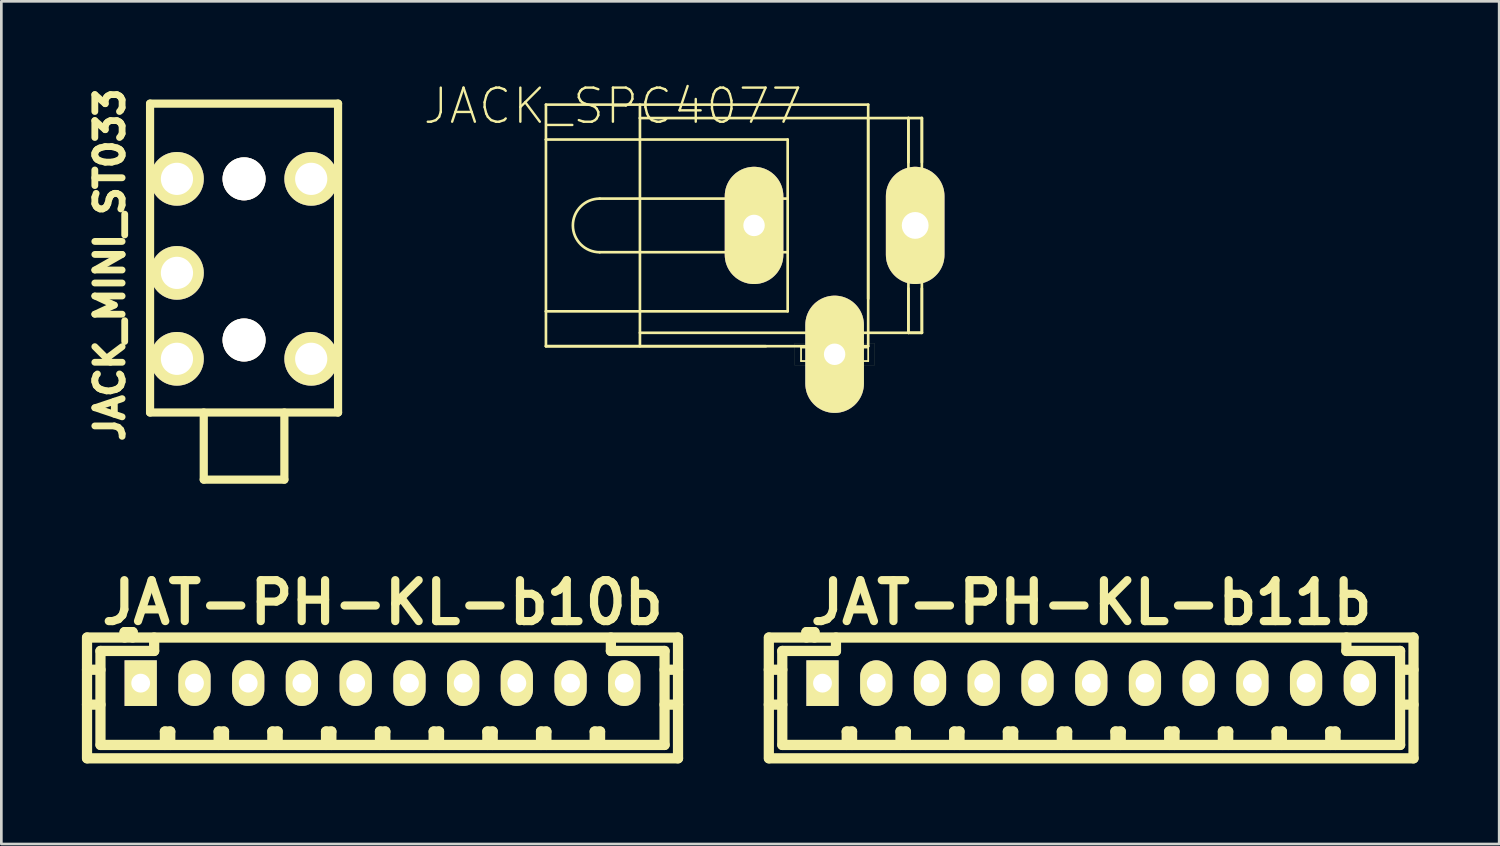
<source format=kicad_pcb>
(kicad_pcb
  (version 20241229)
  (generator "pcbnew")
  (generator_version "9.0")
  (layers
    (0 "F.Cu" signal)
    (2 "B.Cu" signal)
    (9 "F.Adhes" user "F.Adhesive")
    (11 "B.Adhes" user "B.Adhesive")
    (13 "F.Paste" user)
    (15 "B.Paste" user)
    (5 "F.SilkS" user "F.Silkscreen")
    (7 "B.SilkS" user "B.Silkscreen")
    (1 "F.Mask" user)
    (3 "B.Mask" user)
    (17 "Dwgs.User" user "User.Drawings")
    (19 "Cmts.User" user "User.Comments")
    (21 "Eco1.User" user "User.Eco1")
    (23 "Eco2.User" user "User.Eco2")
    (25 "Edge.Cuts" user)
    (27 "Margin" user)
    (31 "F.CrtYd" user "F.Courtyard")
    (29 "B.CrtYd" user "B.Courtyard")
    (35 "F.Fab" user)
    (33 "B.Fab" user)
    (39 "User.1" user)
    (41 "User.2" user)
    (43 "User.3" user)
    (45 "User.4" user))
  (footprint "JACK_SPC4077"
    (layer "F.Cu")
    (at 26.758 6.614)
    (property "Reference" "JACK_SPC4077" (at -6.985 -5.715 0) (layer "F.SilkS") (effects (font (size 1.27 1.27) (thickness 0.089))))
    (attr exclude_from_pos_files exclude_from_bom)
    (fp_line (start -9.479 -5.768) (end 2.52 -5.768) (stroke (width 0.099) (type solid)) (layer "F.SilkS"))
    (fp_line (start -9.479 -4.468) (end -9.479 -5.768) (stroke (width 0.099) (type solid)) (layer "F.SilkS"))
    (fp_line (start -9.479 -4.468) (end -0.478 -4.468) (stroke (width 0.099) (type solid)) (layer "F.SilkS"))
    (fp_line (start -9.479 1.928) (end -9.479 -4.468) (stroke (width 0.099) (type solid)) (layer "F.SilkS"))
    (fp_line (start -9.479 1.928) (end -0.478 1.928) (stroke (width 0.099) (type solid)) (layer "F.SilkS"))
    (fp_line (start -9.479 3.228) (end -9.479 1.928) (stroke (width 0.099) (type solid)) (layer "F.SilkS"))
    (fp_line (start -9.479 3.228) (end -1.288 3.228) (stroke (width 0.099) (type solid)) (layer "F.SilkS"))
    (fp_line (start -9.479 3.228) (end 2.52 3.228) (stroke (width 0.099) (type solid)) (layer "F.SilkS"))
    (fp_line (start -7.478 -2.268) (end -0.478 -2.268) (stroke (width 0.099) (type solid)) (layer "F.SilkS"))
    (fp_line (start -7.478 -0.272) (end -0.478 -0.272) (stroke (width 0.099) (type solid)) (layer "F.SilkS"))
    (fp_line (start -5.979 -5.268) (end -5.979 -5.768) (stroke (width 0.099) (type solid)) (layer "F.SilkS"))
    (fp_line (start -5.979 -5.268) (end 2.52 -5.268) (stroke (width 0.099) (type solid)) (layer "F.SilkS"))
    (fp_line (start -5.979 2.728) (end 2.52 2.728) (stroke (width 0.099) (type solid)) (layer "F.SilkS"))
    (fp_line (start -5.979 3.228) (end -5.979 -5.268) (stroke (width 0.099) (type solid)) (layer "F.SilkS"))
    (fp_line (start -2.129 -2.769) (end -1.328 -2.769) (stroke (width 0.003) (type solid)) (layer "F.SilkS"))
    (fp_line (start -2.129 0.229) (end -2.129 -2.769) (stroke (width 0.003) (type solid)) (layer "F.SilkS"))
    (fp_line (start -1.829 -2.52) (end -1.628 -2.52) (stroke (width 0.066) (type solid)) (layer "F.SilkS"))
    (fp_line (start -1.829 -0.02) (end -1.829 -2.52) (stroke (width 0.066) (type solid)) (layer "F.SilkS"))
    (fp_line (start -1.829 -0.02) (end -1.628 -0.02) (stroke (width 0.066) (type solid)) (layer "F.SilkS"))
    (fp_line (start -1.628 -0.02) (end -1.628 -2.52) (stroke (width 0.066) (type solid)) (layer "F.SilkS"))
    (fp_line (start -1.328 -2.769) (end -1.328 0.229) (stroke (width 0.003) (type solid)) (layer "F.SilkS"))
    (fp_line (start -1.328 0.229) (end -2.129 0.229) (stroke (width 0.003) (type solid)) (layer "F.SilkS"))
    (fp_line (start -0.478 -2.268) (end -0.478 -4.468) (stroke (width 0.099) (type solid)) (layer "F.SilkS"))
    (fp_line (start -0.478 -0.272) (end -0.478 -2.268) (stroke (width 0.099) (type solid)) (layer "F.SilkS"))
    (fp_line (start -0.478 1.928) (end -0.478 -0.272) (stroke (width 0.099) (type solid)) (layer "F.SilkS"))
    (fp_line (start -0.229 3.129) (end 2.769 3.129) (stroke (width 0.003) (type solid)) (layer "F.SilkS"))
    (fp_line (start -0.229 3.929) (end -0.229 3.129) (stroke (width 0.003) (type solid)) (layer "F.SilkS"))
    (fp_line (start 0.02 3.279) (end 2.52 3.279) (stroke (width 0.066) (type solid)) (layer "F.SilkS"))
    (fp_line (start 0.02 3.78) (end 0.02 3.279) (stroke (width 0.066) (type solid)) (layer "F.SilkS"))
    (fp_line (start 0.02 3.78) (end 2.52 3.78) (stroke (width 0.066) (type solid)) (layer "F.SilkS"))
    (fp_line (start 2.52 -5.268) (end 2.52 -5.768) (stroke (width 0.099) (type solid)) (layer "F.SilkS"))
    (fp_line (start 2.52 -5.268) (end 4.018 -5.268) (stroke (width 0.099) (type solid)) (layer "F.SilkS"))
    (fp_line (start 2.52 1.458) (end 2.52 -5.268) (stroke (width 0.099) (type solid)) (layer "F.SilkS"))
    (fp_line (start 2.52 2.728) (end 2.52 -5.268) (stroke (width 0.099) (type solid)) (layer "F.SilkS"))
    (fp_line (start 2.52 2.728) (end 4.018 2.728) (stroke (width 0.099) (type solid)) (layer "F.SilkS"))
    (fp_line (start 2.52 3.228) (end 2.52 2.728) (stroke (width 0.099) (type solid)) (layer "F.SilkS"))
    (fp_line (start 2.52 3.78) (end 2.52 3.279) (stroke (width 0.066) (type solid)) (layer "F.SilkS"))
    (fp_line (start 2.769 3.129) (end 2.769 3.929) (stroke (width 0.003) (type solid)) (layer "F.SilkS"))
    (fp_line (start 2.769 3.929) (end -0.229 3.929) (stroke (width 0.003) (type solid)) (layer "F.SilkS"))
    (fp_line (start 3.769 -3.018) (end 4.768 -3.018) (stroke (width 0.003) (type solid)) (layer "F.SilkS"))
    (fp_line (start 3.769 0.478) (end 3.769 -3.018) (stroke (width 0.003) (type solid)) (layer "F.SilkS"))
    (fp_line (start 4.018 -5.268) (end 4.519 -5.268) (stroke (width 0.099) (type solid)) (layer "F.SilkS"))
    (fp_line (start 4.018 -3.619) (end 4.018 -5.268) (stroke (width 0.099) (type solid)) (layer "F.SilkS"))
    (fp_line (start 4.018 -2.769) (end 4.519 -2.769) (stroke (width 0.066) (type solid)) (layer "F.SilkS"))
    (fp_line (start 4.018 0.229) (end 4.018 -2.769) (stroke (width 0.066) (type solid)) (layer "F.SilkS"))
    (fp_line (start 4.018 0.229) (end 4.519 0.229) (stroke (width 0.066) (type solid)) (layer "F.SilkS"))
    (fp_line (start 4.018 2.728) (end 4.018 -5.268) (stroke (width 0.099) (type solid)) (layer "F.SilkS"))
    (fp_line (start 4.018 2.728) (end 4.018 1.079) (stroke (width 0.099) (type solid)) (layer "F.SilkS"))
    (fp_line (start 4.018 2.728) (end 4.519 2.728) (stroke (width 0.099) (type solid)) (layer "F.SilkS"))
    (fp_line (start 4.018 2.728) (end 4.519 2.728) (stroke (width 0.099) (type solid)) (layer "F.SilkS"))
    (fp_line (start 4.519 -3.619) (end 4.519 -5.268) (stroke (width 0.099) (type solid)) (layer "F.SilkS"))
    (fp_line (start 4.519 0.229) (end 4.519 -2.769) (stroke (width 0.066) (type solid)) (layer "F.SilkS"))
    (fp_line (start 4.519 2.728) (end 4.519 -5.268) (stroke (width 0.099) (type solid)) (layer "F.SilkS"))
    (fp_line (start 4.519 2.728) (end 4.519 1.079) (stroke (width 0.099) (type solid)) (layer "F.SilkS"))
    (fp_line (start 4.768 -3.018) (end 4.768 0.478) (stroke (width 0.003) (type solid)) (layer "F.SilkS"))
    (fp_line (start 4.768 0.478) (end 3.769 0.478) (stroke (width 0.003) (type solid)) (layer "F.SilkS"))
    (fp_arc (start -7.47776 -0.27178) (mid -8.47598 -1.27) (end -7.47776 -2.26822) (stroke (width 0.09906) (type solid)) (layer "F.SilkS"))
    (pad "1" thru_hole oval (at -1.73 -1.27) (size 2.182 4.366) (drill 0.798) (layers "*.Cu" "F.Mask" "F.SilkS" "F.Paste"))
    (pad "2" thru_hole oval (at 1.27 3.528) (size 2.182 4.366) (drill 0.798) (layers "*.Cu" "F.Mask" "F.SilkS" "F.Paste"))
    (pad "3" thru_hole oval (at 4.27 -1.27) (size 2.182 4.366) (drill 0.998) (layers "*.Cu" "F.Mask" "F.SilkS" "F.Paste")))
  (footprint "JAT-PH-KL-b11b"
    (layer "F.Cu")
    (at 37.585 22.388)
    (property "Reference" "JAT-PH-KL-b11b" (at 0 -3 0) (layer "F.SilkS") (effects (font (size 1.524 1.524) (thickness 0.305))))
    (attr through_hole)
    (fp_line (start -12.007 -1.699) (end -12.007 2.799) (stroke (width 0.381) (type solid)) (layer "F.SilkS"))
    (fp_line (start -11.506 -1.199) (end -11.506 2.301) (stroke (width 0.381) (type solid)) (layer "F.SilkS"))
    (fp_line (start -11.506 -0.5) (end -12.007 -0.5) (stroke (width 0.381) (type solid)) (layer "F.SilkS"))
    (fp_line (start -11.506 0.8) (end -12.007 0.8) (stroke (width 0.381) (type solid)) (layer "F.SilkS"))
    (fp_line (start -11.501 2.301) (end 11.501 2.301) (stroke (width 0.381) (type solid)) (layer "F.SilkS"))
    (fp_line (start -10.607 -1.9) (end -10.607 -1.699) (stroke (width 0.381) (type solid)) (layer "F.SilkS"))
    (fp_line (start -10.307 -1.9) (end -10.607 -1.9) (stroke (width 0.381) (type solid)) (layer "F.SilkS"))
    (fp_line (start -10.307 -1.699) (end -10.307 -1.9) (stroke (width 0.381) (type solid)) (layer "F.SilkS"))
    (fp_line (start -9.507 -1.699) (end -9.507 -1.199) (stroke (width 0.381) (type solid)) (layer "F.SilkS"))
    (fp_line (start -9.507 -1.199) (end -11.506 -1.199) (stroke (width 0.381) (type solid)) (layer "F.SilkS"))
    (fp_line (start -9.106 1.801) (end -8.908 1.801) (stroke (width 0.381) (type solid)) (layer "F.SilkS"))
    (fp_line (start -9.106 2.301) (end -9.106 1.801) (stroke (width 0.381) (type solid)) (layer "F.SilkS"))
    (fp_line (start -8.908 1.801) (end -8.908 2.301) (stroke (width 0.381) (type solid)) (layer "F.SilkS"))
    (fp_line (start -7.104 1.801) (end -6.906 1.801) (stroke (width 0.381) (type solid)) (layer "F.SilkS"))
    (fp_line (start -7.104 2.301) (end -7.104 1.801) (stroke (width 0.381) (type solid)) (layer "F.SilkS"))
    (fp_line (start -6.906 1.801) (end -6.906 2.301) (stroke (width 0.381) (type solid)) (layer "F.SilkS"))
    (fp_line (start -5.105 1.801) (end -4.907 1.801) (stroke (width 0.381) (type solid)) (layer "F.SilkS"))
    (fp_line (start -5.105 2.301) (end -5.105 1.801) (stroke (width 0.381) (type solid)) (layer "F.SilkS"))
    (fp_line (start -4.907 1.801) (end -4.907 2.301) (stroke (width 0.381) (type solid)) (layer "F.SilkS"))
    (fp_line (start -3.106 1.801) (end -2.908 1.801) (stroke (width 0.381) (type solid)) (layer "F.SilkS"))
    (fp_line (start -3.106 2.301) (end -3.106 1.801) (stroke (width 0.381) (type solid)) (layer "F.SilkS"))
    (fp_line (start -2.908 1.801) (end -2.908 2.301) (stroke (width 0.381) (type solid)) (layer "F.SilkS"))
    (fp_line (start -1.097 1.801) (end -0.899 1.801) (stroke (width 0.381) (type solid)) (layer "F.SilkS"))
    (fp_line (start -1.097 2.301) (end -1.097 1.801) (stroke (width 0.381) (type solid)) (layer "F.SilkS"))
    (fp_line (start -0.899 1.801) (end -0.899 2.301) (stroke (width 0.381) (type solid)) (layer "F.SilkS"))
    (fp_line (start 0.899 1.801) (end 1.097 1.801) (stroke (width 0.381) (type solid)) (layer "F.SilkS"))
    (fp_line (start 0.899 2.301) (end 0.899 1.801) (stroke (width 0.381) (type solid)) (layer "F.SilkS"))
    (fp_line (start 1.097 1.801) (end 1.097 2.301) (stroke (width 0.381) (type solid)) (layer "F.SilkS"))
    (fp_line (start 2.901 1.801) (end 3.099 1.801) (stroke (width 0.381) (type solid)) (layer "F.SilkS"))
    (fp_line (start 2.901 2.301) (end 2.901 1.801) (stroke (width 0.381) (type solid)) (layer "F.SilkS"))
    (fp_line (start 3.099 1.801) (end 3.099 2.301) (stroke (width 0.381) (type solid)) (layer "F.SilkS"))
    (fp_line (start 4.9 1.801) (end 5.098 1.801) (stroke (width 0.381) (type solid)) (layer "F.SilkS"))
    (fp_line (start 4.9 2.301) (end 4.9 1.801) (stroke (width 0.381) (type solid)) (layer "F.SilkS"))
    (fp_line (start 5.098 1.801) (end 5.098 2.301) (stroke (width 0.381) (type solid)) (layer "F.SilkS"))
    (fp_line (start 6.899 1.801) (end 7.097 1.801) (stroke (width 0.381) (type solid)) (layer "F.SilkS"))
    (fp_line (start 6.899 2.301) (end 6.899 1.801) (stroke (width 0.381) (type solid)) (layer "F.SilkS"))
    (fp_line (start 7.097 1.801) (end 7.097 2.301) (stroke (width 0.381) (type solid)) (layer "F.SilkS"))
    (fp_line (start 8.898 1.801) (end 9.096 1.801) (stroke (width 0.381) (type solid)) (layer "F.SilkS"))
    (fp_line (start 8.898 2.301) (end 8.898 1.801) (stroke (width 0.381) (type solid)) (layer "F.SilkS"))
    (fp_line (start 9.096 1.801) (end 9.096 2.301) (stroke (width 0.381) (type solid)) (layer "F.SilkS"))
    (fp_line (start 9.5 -1.199) (end 9.5 -1.699) (stroke (width 0.381) (type solid)) (layer "F.SilkS"))
    (fp_line (start 11.499 -1.199) (end 9.5 -1.199) (stroke (width 0.381) (type solid)) (layer "F.SilkS"))
    (fp_line (start 11.499 0.8) (end 11.999 0.8) (stroke (width 0.381) (type solid)) (layer "F.SilkS"))
    (fp_line (start 11.499 2.301) (end 11.499 -1.199) (stroke (width 0.381) (type solid)) (layer "F.SilkS"))
    (fp_line (start 11.999 -1.699) (end -11.999 -1.699) (stroke (width 0.381) (type solid)) (layer "F.SilkS"))
    (fp_line (start 11.999 -1.699) (end 11.999 2.799) (stroke (width 0.381) (type solid)) (layer "F.SilkS"))
    (fp_line (start 11.999 -0.5) (end 11.499 -0.5) (stroke (width 0.381) (type solid)) (layer "F.SilkS"))
    (fp_line (start 11.999 2.799) (end -11.999 2.799) (stroke (width 0.381) (type solid)) (layer "F.SilkS"))
    (pad "1" thru_hole rect (at -10.008 0) (size 1.199 1.699) (drill 0.701) (layers "*.Cu" "*.Mask" "F.SilkS"))
    (pad "2" thru_hole oval (at -8.006 0) (size 1.199 1.699) (drill 0.701) (layers "*.Cu" "*.Mask" "F.SilkS"))
    (pad "3" thru_hole oval (at -6.005 0) (size 1.199 1.699) (drill 0.701) (layers "*.Cu" "*.Mask" "F.SilkS"))
    (pad "4" thru_hole oval (at -4.006 0) (size 1.199 1.699) (drill 0.701) (layers "*.Cu" "*.Mask" "F.SilkS"))
    (pad "5" thru_hole oval (at -2.002 0) (size 1.199 1.699) (drill 0.701) (layers "*.Cu" "*.Mask" "F.SilkS"))
    (pad "6" thru_hole oval (at 0 0) (size 1.199 1.699) (drill 0.701) (layers "*.Cu" "*.Mask" "F.SilkS"))
    (pad "7" thru_hole oval (at 1.999 0) (size 1.199 1.699) (drill 0.701) (layers "*.Cu" "*.Mask" "F.SilkS"))
    (pad "8" thru_hole oval (at 3.998 0) (size 1.199 1.699) (drill 0.701) (layers "*.Cu" "*.Mask" "F.SilkS"))
    (pad "9" thru_hole oval (at 5.999 0) (size 1.199 1.699) (drill 0.701) (layers "*.Cu" "*.Mask" "F.SilkS"))
    (pad "10" thru_hole oval (at 7.998 0) (size 1.199 1.699) (drill 0.701) (layers "*.Cu" "*.Mask" "F.SilkS"))
    (pad "11" thru_hole oval (at 10 0) (size 1.199 1.699) (drill 0.701) (layers "*.Cu" "*.Mask" "F.SilkS")))
  (footprint "JACK_MINI_ST033"
    (layer "F.Cu")
    (at 3.539 10.311)
    (property "Reference" "JACK_MINI_ST033" (at -2.499 -3.5 90) (layer "F.SilkS") (effects (font (size 1.016 1.016) (thickness 0.254))))
    (attr through_hole)
    (fp_line (start -1.001 -9.502) (end -1.001 1.999) (stroke (width 0.305) (type solid)) (layer "F.SilkS"))
    (fp_line (start -1.001 1.999) (end 5.999 1.999) (stroke (width 0.305) (type solid)) (layer "F.SilkS"))
    (fp_line (start 0.998 1.999) (end 0.998 4.498) (stroke (width 0.305) (type solid)) (layer "F.SilkS"))
    (fp_line (start 0.998 4.498) (end 4 4.498) (stroke (width 0.305) (type solid)) (layer "F.SilkS"))
    (fp_line (start 4 4.498) (end 4 1.999) (stroke (width 0.305) (type solid)) (layer "F.SilkS"))
    (fp_line (start 5.999 -9.502) (end -1.001 -9.502) (stroke (width 0.305) (type solid)) (layer "F.SilkS"))
    (fp_line (start 5.999 1.999) (end 5.999 -9.502) (stroke (width 0.305) (type solid)) (layer "F.SilkS"))
    (pad "1" thru_hole circle (at 0 0) (size 1.999 1.999) (drill 1.199) (layers "*.Cu" "*.Mask" "F.SilkS"))
    (pad "2" thru_hole circle (at 4.999 0) (size 1.999 1.999) (drill 1.199) (layers "*.Cu" "*.Mask" "F.SilkS"))
    (pad "3" thru_hole circle (at 0 -3.2) (size 1.999 1.999) (drill 1.199) (layers "*.Cu" "*.Mask" "F.SilkS"))
    (pad "4" thru_hole circle (at 0 -6.701) (size 1.999 1.999) (drill 1.199) (layers "*.Cu" "*.Mask" "F.SilkS"))
    (pad "5" thru_hole circle (at 4.999 -6.701) (size 1.999 1.999) (drill 1.199) (layers "*.Cu" "*.Mask" "F.SilkS"))
    (pad "7" thru_hole circle (at 2.499 -0.701) (size 1.6 1.6) (drill 1.6) (layers "*.Cu" "*.Mask" "F.SilkS"))
    (pad "8" thru_hole circle (at 2.499 -6.701) (size 1.6 1.6) (drill 1.6) (layers "*.Cu" "*.Mask" "F.SilkS")))
  (footprint "JAT-PH-KL-b10b"
    (layer "F.Cu")
    (at 11.196 22.388)
    (property "Reference" "JAT-PH-KL-b10b" (at 0 -3 0) (layer "F.SilkS") (effects (font (size 1.524 1.524) (thickness 0.305))))
    (attr through_hole)
    (fp_line (start -11.006 -1.699) (end -11.006 2.799) (stroke (width 0.381) (type solid)) (layer "F.SilkS"))
    (fp_line (start -11.001 -1.699) (end 11.001 -1.699) (stroke (width 0.381) (type solid)) (layer "F.SilkS"))
    (fp_line (start -11.001 2.799) (end 11.001 2.799) (stroke (width 0.381) (type solid)) (layer "F.SilkS"))
    (fp_line (start -10.505 -1.199) (end -10.505 2.301) (stroke (width 0.381) (type solid)) (layer "F.SilkS"))
    (fp_line (start -10.505 -0.5) (end -11.006 -0.5) (stroke (width 0.381) (type solid)) (layer "F.SilkS"))
    (fp_line (start -10.505 0.8) (end -11.006 0.8) (stroke (width 0.381) (type solid)) (layer "F.SilkS"))
    (fp_line (start -9.606 -1.9) (end -9.606 -1.699) (stroke (width 0.381) (type solid)) (layer "F.SilkS"))
    (fp_line (start -9.307 -1.9) (end -9.606 -1.9) (stroke (width 0.381) (type solid)) (layer "F.SilkS"))
    (fp_line (start -9.307 -1.699) (end -9.307 -1.9) (stroke (width 0.381) (type solid)) (layer "F.SilkS"))
    (fp_line (start -8.506 -1.699) (end -8.506 -1.199) (stroke (width 0.381) (type solid)) (layer "F.SilkS"))
    (fp_line (start -8.506 -1.199) (end -10.505 -1.199) (stroke (width 0.381) (type solid)) (layer "F.SilkS"))
    (fp_line (start -8.105 1.801) (end -7.907 1.801) (stroke (width 0.381) (type solid)) (layer "F.SilkS"))
    (fp_line (start -8.105 2.301) (end -8.105 1.801) (stroke (width 0.381) (type solid)) (layer "F.SilkS"))
    (fp_line (start -7.907 1.801) (end -7.907 2.301) (stroke (width 0.381) (type solid)) (layer "F.SilkS"))
    (fp_line (start -6.104 1.801) (end -5.905 1.801) (stroke (width 0.381) (type solid)) (layer "F.SilkS"))
    (fp_line (start -6.104 2.301) (end -6.104 1.801) (stroke (width 0.381) (type solid)) (layer "F.SilkS"))
    (fp_line (start -5.905 1.801) (end -5.905 2.301) (stroke (width 0.381) (type solid)) (layer "F.SilkS"))
    (fp_line (start -4.105 1.801) (end -3.907 1.801) (stroke (width 0.381) (type solid)) (layer "F.SilkS"))
    (fp_line (start -4.105 2.301) (end -4.105 1.801) (stroke (width 0.381) (type solid)) (layer "F.SilkS"))
    (fp_line (start -3.907 1.801) (end -3.907 2.301) (stroke (width 0.381) (type solid)) (layer "F.SilkS"))
    (fp_line (start -2.106 1.801) (end -1.908 1.801) (stroke (width 0.381) (type solid)) (layer "F.SilkS"))
    (fp_line (start -2.106 2.301) (end -2.106 1.801) (stroke (width 0.381) (type solid)) (layer "F.SilkS"))
    (fp_line (start -1.908 1.801) (end -1.908 2.301) (stroke (width 0.381) (type solid)) (layer "F.SilkS"))
    (fp_line (start -0.097 1.801) (end 0.102 1.801) (stroke (width 0.381) (type solid)) (layer "F.SilkS"))
    (fp_line (start -0.097 2.301) (end -0.097 1.801) (stroke (width 0.381) (type solid)) (layer "F.SilkS"))
    (fp_line (start 0.102 1.801) (end 0.102 2.301) (stroke (width 0.381) (type solid)) (layer "F.SilkS"))
    (fp_line (start 1.902 1.801) (end 2.101 1.801) (stroke (width 0.381) (type solid)) (layer "F.SilkS"))
    (fp_line (start 1.902 2.301) (end 1.902 1.801) (stroke (width 0.381) (type solid)) (layer "F.SilkS"))
    (fp_line (start 2.101 1.801) (end 2.101 2.301) (stroke (width 0.381) (type solid)) (layer "F.SilkS"))
    (fp_line (start 3.901 1.801) (end 4.1 1.801) (stroke (width 0.381) (type solid)) (layer "F.SilkS"))
    (fp_line (start 3.901 2.301) (end 3.901 1.801) (stroke (width 0.381) (type solid)) (layer "F.SilkS"))
    (fp_line (start 4.1 1.801) (end 4.1 2.301) (stroke (width 0.381) (type solid)) (layer "F.SilkS"))
    (fp_line (start 5.9 1.801) (end 6.099 1.801) (stroke (width 0.381) (type solid)) (layer "F.SilkS"))
    (fp_line (start 5.9 2.301) (end 5.9 1.801) (stroke (width 0.381) (type solid)) (layer "F.SilkS"))
    (fp_line (start 6.099 1.801) (end 6.099 2.301) (stroke (width 0.381) (type solid)) (layer "F.SilkS"))
    (fp_line (start 7.899 1.801) (end 8.098 1.801) (stroke (width 0.381) (type solid)) (layer "F.SilkS"))
    (fp_line (start 7.899 2.301) (end 7.899 1.801) (stroke (width 0.381) (type solid)) (layer "F.SilkS"))
    (fp_line (start 8.098 1.801) (end 8.098 2.301) (stroke (width 0.381) (type solid)) (layer "F.SilkS"))
    (fp_line (start 8.501 -1.199) (end 8.501 -1.699) (stroke (width 0.381) (type solid)) (layer "F.SilkS"))
    (fp_line (start 10.5 -1.199) (end 8.501 -1.199) (stroke (width 0.381) (type solid)) (layer "F.SilkS"))
    (fp_line (start 10.5 0.8) (end 11.001 0.8) (stroke (width 0.381) (type solid)) (layer "F.SilkS"))
    (fp_line (start 10.5 2.301) (end -10.5 2.301) (stroke (width 0.381) (type solid)) (layer "F.SilkS"))
    (fp_line (start 10.5 2.301) (end 10.5 -1.199) (stroke (width 0.381) (type solid)) (layer "F.SilkS"))
    (fp_line (start 11.001 -1.699) (end 11.001 2.799) (stroke (width 0.381) (type solid)) (layer "F.SilkS"))
    (fp_line (start 11.001 -0.5) (end 10.5 -0.5) (stroke (width 0.381) (type solid)) (layer "F.SilkS"))
    (pad "1" thru_hole rect (at -9.007 0) (size 1.199 1.699) (drill 0.701) (layers "*.Cu" "*.Mask" "F.SilkS"))
    (pad "2" thru_hole oval (at -7.005 0) (size 1.199 1.699) (drill 0.701) (layers "*.Cu" "*.Mask" "F.SilkS"))
    (pad "3" thru_hole oval (at -5.004 0) (size 1.199 1.699) (drill 0.701) (layers "*.Cu" "*.Mask" "F.SilkS"))
    (pad "4" thru_hole oval (at -3.005 0) (size 1.199 1.699) (drill 0.701) (layers "*.Cu" "*.Mask" "F.SilkS"))
    (pad "5" thru_hole oval (at -1.001 0) (size 1.199 1.699) (drill 0.701) (layers "*.Cu" "*.Mask" "F.SilkS"))
    (pad "6" thru_hole oval (at 1.001 0) (size 1.199 1.699) (drill 0.701) (layers "*.Cu" "*.Mask" "F.SilkS"))
    (pad "7" thru_hole oval (at 3 0) (size 1.199 1.699) (drill 0.701) (layers "*.Cu" "*.Mask" "F.SilkS"))
    (pad "8" thru_hole oval (at 4.999 0) (size 1.199 1.699) (drill 0.701) (layers "*.Cu" "*.Mask" "F.SilkS"))
    (pad "9" thru_hole oval (at 7 0) (size 1.199 1.699) (drill 0.701) (layers "*.Cu" "*.Mask" "F.SilkS"))
    (pad "10" thru_hole oval (at 8.999 0) (size 1.199 1.699) (drill 0.701) (layers "*.Cu" "*.Mask" "F.SilkS")))
  (gr_rect
    (start -3 -3)
    (end 52.774 28.377)
    (stroke (width 0.1) (type default))
    (fill no)
    (layer "Edge.Cuts")))
</source>
